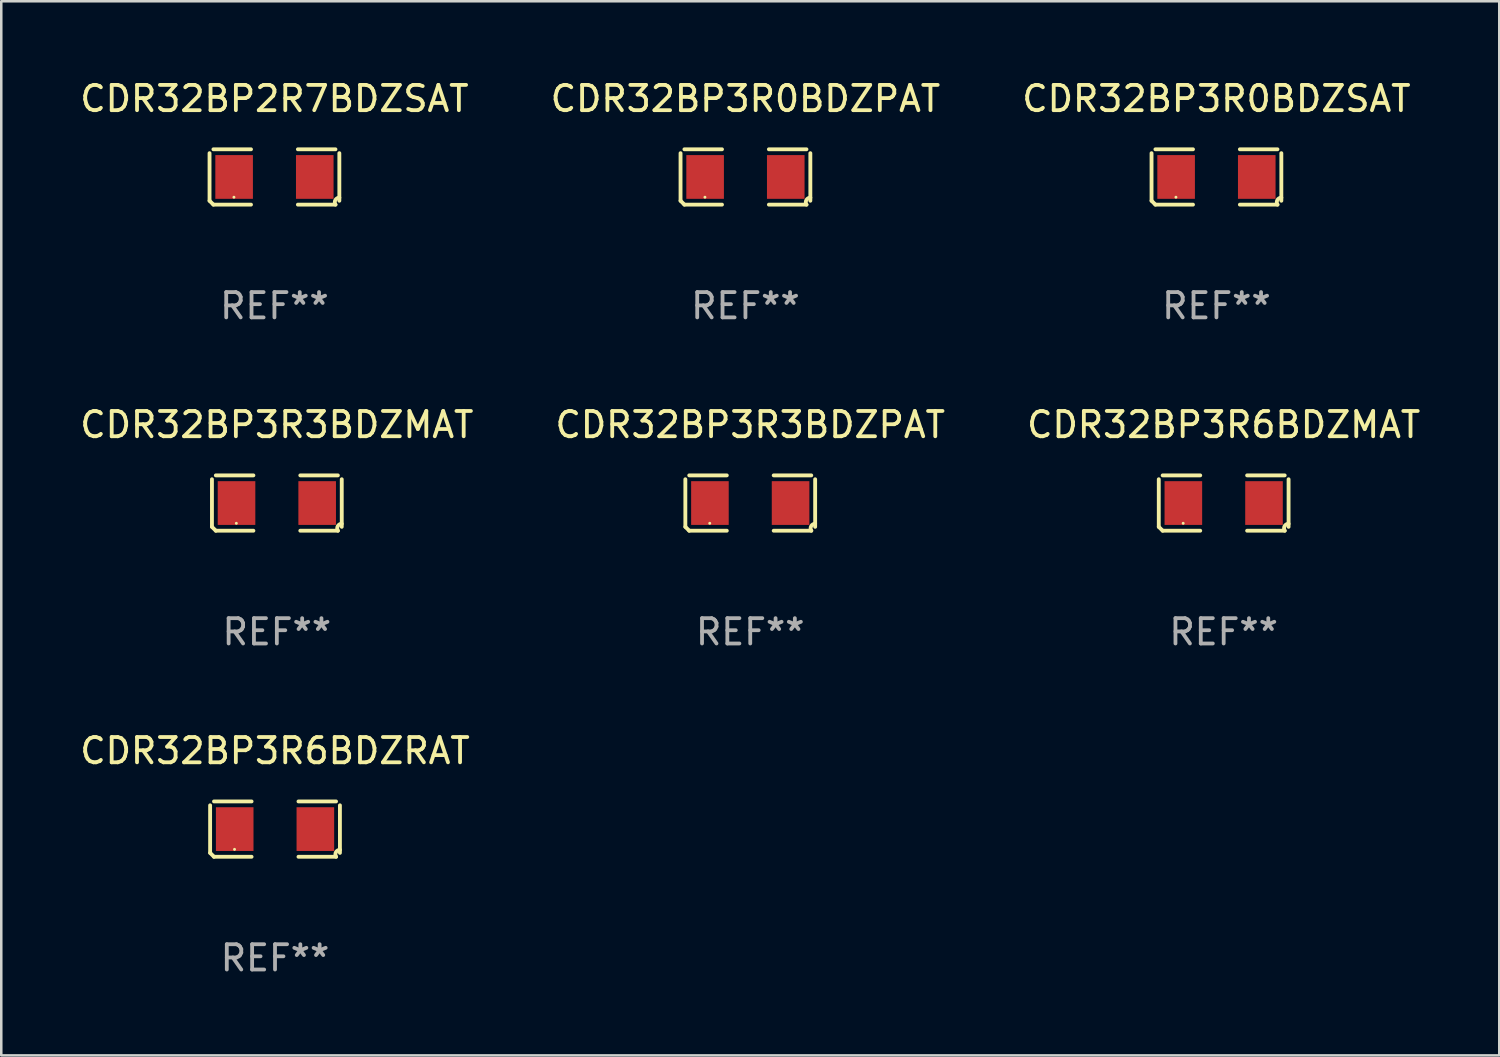
<source format=kicad_pcb>
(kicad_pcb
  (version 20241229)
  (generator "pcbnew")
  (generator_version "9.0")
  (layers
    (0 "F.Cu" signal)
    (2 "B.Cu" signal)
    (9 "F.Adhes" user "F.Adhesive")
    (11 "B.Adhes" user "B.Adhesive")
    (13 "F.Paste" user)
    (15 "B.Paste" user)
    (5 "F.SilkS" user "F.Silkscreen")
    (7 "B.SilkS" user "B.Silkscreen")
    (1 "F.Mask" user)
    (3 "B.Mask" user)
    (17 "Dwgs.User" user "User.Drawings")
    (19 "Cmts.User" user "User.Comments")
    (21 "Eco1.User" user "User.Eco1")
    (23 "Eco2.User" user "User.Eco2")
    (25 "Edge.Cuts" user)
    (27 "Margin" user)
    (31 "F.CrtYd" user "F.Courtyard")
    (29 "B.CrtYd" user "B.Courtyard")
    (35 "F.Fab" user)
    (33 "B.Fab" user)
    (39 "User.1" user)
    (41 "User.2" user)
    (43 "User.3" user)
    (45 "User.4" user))
  (footprint "CDR32BP3R6BDZMAT"
    (layer "F.Cu")
    (at 45.292 16.823)
    (property "Reference" "CDR32BP3R6BDZMAT" (at 0 -3.093 0) (layer "F.SilkS") (effects (font (size 1 1) (thickness 0.15))))
    (attr through_hole)
    (fp_line (start -2.564 0.94) (end -2.564 -0.94) (stroke (width 0.152) (type solid)) (layer "F.SilkS"))
    (fp_line (start -2.411 -1.093) (end -0.926 -1.093) (stroke (width 0.152) (type solid)) (layer "F.SilkS"))
    (fp_line (start -0.926 1.093) (end -2.411 1.093) (stroke (width 0.152) (type solid)) (layer "F.SilkS"))
    (fp_line (start 0.926 1.093) (end 2.411 1.093) (stroke (width 0.152) (type solid)) (layer "F.SilkS"))
    (fp_line (start 2.411 -1.093) (end 0.926 -1.093) (stroke (width 0.152) (type solid)) (layer "F.SilkS"))
    (fp_line (start 2.564 0.94) (end 2.564 -0.94) (stroke (width 0.152) (type solid)) (layer "F.SilkS"))
    (fp_arc (start -2.411201 1.092609) (mid -2.487413 1.01642) (end -2.563602 0.940208) (stroke (width 0.1524) (type solid)) (layer "F.SilkS"))
    (fp_arc (start 2.411201 1.092609) (mid 2.407159 0.911226) (end 2.563602 0.819347) (stroke (width 0.1524) (type solid)) (layer "F.SilkS"))
    (fp_circle (center -1.6 0.8) (end -1.57 0.8) (stroke (width 0.06) (type solid)) (fill no) (layer "F.SilkS"))
    (fp_text user "REF**" (at 0 5.093 0) (layer "F.Fab") (effects (font (size 1 1) (thickness 0.15))))
    (pad "1" smd rect (at -1.593 0) (size 1.485 1.728) (layers "F.Cu" "F.Mask" "F.Paste"))
    (pad "2" smd rect (at 1.593 0) (size 1.485 1.728) (layers "F.Cu" "F.Mask" "F.Paste")))
  (footprint "CDR32BP3R6BDZRAT"
    (layer "F.Cu")
    (at 7.815 29.704)
    (property "Reference" "CDR32BP3R6BDZRAT" (at 0 -3.093 0) (layer "F.SilkS") (effects (font (size 1 1) (thickness 0.15))))
    (attr through_hole)
    (fp_line (start -2.564 0.94) (end -2.564 -0.94) (stroke (width 0.152) (type solid)) (layer "F.SilkS"))
    (fp_line (start -2.411 -1.093) (end -0.926 -1.093) (stroke (width 0.152) (type solid)) (layer "F.SilkS"))
    (fp_line (start -0.926 1.093) (end -2.411 1.093) (stroke (width 0.152) (type solid)) (layer "F.SilkS"))
    (fp_line (start 0.926 1.093) (end 2.411 1.093) (stroke (width 0.152) (type solid)) (layer "F.SilkS"))
    (fp_line (start 2.411 -1.093) (end 0.926 -1.093) (stroke (width 0.152) (type solid)) (layer "F.SilkS"))
    (fp_line (start 2.564 0.94) (end 2.564 -0.94) (stroke (width 0.152) (type solid)) (layer "F.SilkS"))
    (fp_arc (start -2.411201 1.092609) (mid -2.487413 1.01642) (end -2.563602 0.940208) (stroke (width 0.1524) (type solid)) (layer "F.SilkS"))
    (fp_arc (start 2.411201 1.092609) (mid 2.407159 0.911226) (end 2.563602 0.819347) (stroke (width 0.1524) (type solid)) (layer "F.SilkS"))
    (fp_circle (center -1.6 0.8) (end -1.57 0.8) (stroke (width 0.06) (type solid)) (fill no) (layer "F.SilkS"))
    (fp_text user "REF**" (at 0 5.093 0) (layer "F.Fab") (effects (font (size 1 1) (thickness 0.15))))
    (pad "1" smd rect (at -1.593 0) (size 1.485 1.728) (layers "F.Cu" "F.Mask" "F.Paste"))
    (pad "2" smd rect (at 1.593 0) (size 1.485 1.728) (layers "F.Cu" "F.Mask" "F.Paste")))
  (footprint "CDR32BP3R3BDZPAT"
    (layer "F.Cu")
    (at 26.589 16.823)
    (property "Reference" "CDR32BP3R3BDZPAT" (at 0 -3.093 0) (layer "F.SilkS") (effects (font (size 1 1) (thickness 0.15))))
    (attr through_hole)
    (fp_line (start -2.564 0.94) (end -2.564 -0.94) (stroke (width 0.152) (type solid)) (layer "F.SilkS"))
    (fp_line (start -2.411 -1.093) (end -0.926 -1.093) (stroke (width 0.152) (type solid)) (layer "F.SilkS"))
    (fp_line (start -0.926 1.093) (end -2.411 1.093) (stroke (width 0.152) (type solid)) (layer "F.SilkS"))
    (fp_line (start 0.926 1.093) (end 2.411 1.093) (stroke (width 0.152) (type solid)) (layer "F.SilkS"))
    (fp_line (start 2.411 -1.093) (end 0.926 -1.093) (stroke (width 0.152) (type solid)) (layer "F.SilkS"))
    (fp_line (start 2.564 0.94) (end 2.564 -0.94) (stroke (width 0.152) (type solid)) (layer "F.SilkS"))
    (fp_arc (start -2.411201 1.092609) (mid -2.487413 1.01642) (end -2.563602 0.940208) (stroke (width 0.1524) (type solid)) (layer "F.SilkS"))
    (fp_arc (start 2.411201 1.092609) (mid 2.407159 0.911226) (end 2.563602 0.819347) (stroke (width 0.1524) (type solid)) (layer "F.SilkS"))
    (fp_circle (center -1.6 0.8) (end -1.57 0.8) (stroke (width 0.06) (type solid)) (fill no) (layer "F.SilkS"))
    (fp_text user "REF**" (at 0 5.093 0) (layer "F.Fab") (effects (font (size 1 1) (thickness 0.15))))
    (pad "1" smd rect (at -1.593 0) (size 1.485 1.728) (layers "F.Cu" "F.Mask" "F.Paste"))
    (pad "2" smd rect (at 1.593 0) (size 1.485 1.728) (layers "F.Cu" "F.Mask" "F.Paste")))
  (footprint "CDR32BP3R0BDZSAT"
    (layer "F.Cu")
    (at 45.006 3.941)
    (property "Reference" "CDR32BP3R0BDZSAT" (at 0 -3.093 0) (layer "F.SilkS") (effects (font (size 1 1) (thickness 0.15))))
    (attr through_hole)
    (fp_line (start -2.564 0.94) (end -2.564 -0.94) (stroke (width 0.152) (type solid)) (layer "F.SilkS"))
    (fp_line (start -2.411 -1.093) (end -0.926 -1.093) (stroke (width 0.152) (type solid)) (layer "F.SilkS"))
    (fp_line (start -0.926 1.093) (end -2.411 1.093) (stroke (width 0.152) (type solid)) (layer "F.SilkS"))
    (fp_line (start 0.926 1.093) (end 2.411 1.093) (stroke (width 0.152) (type solid)) (layer "F.SilkS"))
    (fp_line (start 2.411 -1.093) (end 0.926 -1.093) (stroke (width 0.152) (type solid)) (layer "F.SilkS"))
    (fp_line (start 2.564 0.94) (end 2.564 -0.94) (stroke (width 0.152) (type solid)) (layer "F.SilkS"))
    (fp_arc (start -2.411201 1.092609) (mid -2.487413 1.01642) (end -2.563602 0.940208) (stroke (width 0.1524) (type solid)) (layer "F.SilkS"))
    (fp_arc (start 2.411201 1.092609) (mid 2.407159 0.911226) (end 2.563602 0.819347) (stroke (width 0.1524) (type solid)) (layer "F.SilkS"))
    (fp_circle (center -1.6 0.8) (end -1.57 0.8) (stroke (width 0.06) (type solid)) (fill no) (layer "F.SilkS"))
    (fp_text user "REF**" (at 0 5.093 0) (layer "F.Fab") (effects (font (size 1 1) (thickness 0.15))))
    (pad "1" smd rect (at -1.593 0) (size 1.485 1.728) (layers "F.Cu" "F.Mask" "F.Paste"))
    (pad "2" smd rect (at 1.593 0) (size 1.485 1.728) (layers "F.Cu" "F.Mask" "F.Paste")))
  (footprint "CDR32BP3R3BDZMAT"
    (layer "F.Cu")
    (at 7.887 16.823)
    (property "Reference" "CDR32BP3R3BDZMAT" (at 0 -3.093 0) (layer "F.SilkS") (effects (font (size 1 1) (thickness 0.15))))
    (attr through_hole)
    (fp_line (start -2.564 0.94) (end -2.564 -0.94) (stroke (width 0.152) (type solid)) (layer "F.SilkS"))
    (fp_line (start -2.411 -1.093) (end -0.926 -1.093) (stroke (width 0.152) (type solid)) (layer "F.SilkS"))
    (fp_line (start -0.926 1.093) (end -2.411 1.093) (stroke (width 0.152) (type solid)) (layer "F.SilkS"))
    (fp_line (start 0.926 1.093) (end 2.411 1.093) (stroke (width 0.152) (type solid)) (layer "F.SilkS"))
    (fp_line (start 2.411 -1.093) (end 0.926 -1.093) (stroke (width 0.152) (type solid)) (layer "F.SilkS"))
    (fp_line (start 2.564 0.94) (end 2.564 -0.94) (stroke (width 0.152) (type solid)) (layer "F.SilkS"))
    (fp_arc (start -2.411201 1.092609) (mid -2.487413 1.01642) (end -2.563602 0.940208) (stroke (width 0.1524) (type solid)) (layer "F.SilkS"))
    (fp_arc (start 2.411201 1.092609) (mid 2.407159 0.911226) (end 2.563602 0.819347) (stroke (width 0.1524) (type solid)) (layer "F.SilkS"))
    (fp_circle (center -1.6 0.8) (end -1.57 0.8) (stroke (width 0.06) (type solid)) (fill no) (layer "F.SilkS"))
    (fp_text user "REF**" (at 0 5.093 0) (layer "F.Fab") (effects (font (size 1 1) (thickness 0.15))))
    (pad "1" smd rect (at -1.593 0) (size 1.485 1.728) (layers "F.Cu" "F.Mask" "F.Paste"))
    (pad "2" smd rect (at 1.593 0) (size 1.485 1.728) (layers "F.Cu" "F.Mask" "F.Paste")))
  (footprint "CDR32BP3R0BDZPAT"
    (layer "F.Cu")
    (at 26.399 3.941)
    (property "Reference" "CDR32BP3R0BDZPAT" (at 0 -3.093 0) (layer "F.SilkS") (effects (font (size 1 1) (thickness 0.15))))
    (attr through_hole)
    (fp_line (start -2.564 0.94) (end -2.564 -0.94) (stroke (width 0.152) (type solid)) (layer "F.SilkS"))
    (fp_line (start -2.411 -1.093) (end -0.926 -1.093) (stroke (width 0.152) (type solid)) (layer "F.SilkS"))
    (fp_line (start -0.926 1.093) (end -2.411 1.093) (stroke (width 0.152) (type solid)) (layer "F.SilkS"))
    (fp_line (start 0.926 1.093) (end 2.411 1.093) (stroke (width 0.152) (type solid)) (layer "F.SilkS"))
    (fp_line (start 2.411 -1.093) (end 0.926 -1.093) (stroke (width 0.152) (type solid)) (layer "F.SilkS"))
    (fp_line (start 2.564 0.94) (end 2.564 -0.94) (stroke (width 0.152) (type solid)) (layer "F.SilkS"))
    (fp_arc (start -2.411201 1.092609) (mid -2.487413 1.01642) (end -2.563602 0.940208) (stroke (width 0.1524) (type solid)) (layer "F.SilkS"))
    (fp_arc (start 2.411201 1.092609) (mid 2.407159 0.911226) (end 2.563602 0.819347) (stroke (width 0.1524) (type solid)) (layer "F.SilkS"))
    (fp_circle (center -1.6 0.8) (end -1.57 0.8) (stroke (width 0.06) (type solid)) (fill no) (layer "F.SilkS"))
    (fp_text user "REF**" (at 0 5.093 0) (layer "F.Fab") (effects (font (size 1 1) (thickness 0.15))))
    (pad "1" smd rect (at -1.593 0) (size 1.485 1.728) (layers "F.Cu" "F.Mask" "F.Paste"))
    (pad "2" smd rect (at 1.593 0) (size 1.485 1.728) (layers "F.Cu" "F.Mask" "F.Paste")))
  (footprint "CDR32BP2R7BDZSAT"
    (layer "F.Cu")
    (at 7.792 3.941)
    (property "Reference" "CDR32BP2R7BDZSAT" (at 0 -3.093 0) (layer "F.SilkS") (effects (font (size 1 1) (thickness 0.15))))
    (attr through_hole)
    (fp_line (start -2.564 0.94) (end -2.564 -0.94) (stroke (width 0.152) (type solid)) (layer "F.SilkS"))
    (fp_line (start -2.411 -1.093) (end -0.926 -1.093) (stroke (width 0.152) (type solid)) (layer "F.SilkS"))
    (fp_line (start -0.926 1.093) (end -2.411 1.093) (stroke (width 0.152) (type solid)) (layer "F.SilkS"))
    (fp_line (start 0.926 1.093) (end 2.411 1.093) (stroke (width 0.152) (type solid)) (layer "F.SilkS"))
    (fp_line (start 2.411 -1.093) (end 0.926 -1.093) (stroke (width 0.152) (type solid)) (layer "F.SilkS"))
    (fp_line (start 2.564 0.94) (end 2.564 -0.94) (stroke (width 0.152) (type solid)) (layer "F.SilkS"))
    (fp_arc (start -2.411201 1.092609) (mid -2.487413 1.01642) (end -2.563602 0.940208) (stroke (width 0.1524) (type solid)) (layer "F.SilkS"))
    (fp_arc (start 2.411201 1.092609) (mid 2.407159 0.911226) (end 2.563602 0.819347) (stroke (width 0.1524) (type solid)) (layer "F.SilkS"))
    (fp_circle (center -1.6 0.8) (end -1.57 0.8) (stroke (width 0.06) (type solid)) (fill no) (layer "F.SilkS"))
    (fp_text user "REF**" (at 0 5.093 0) (layer "F.Fab") (effects (font (size 1 1) (thickness 0.15))))
    (pad "1" smd rect (at -1.593 0) (size 1.485 1.728) (layers "F.Cu" "F.Mask" "F.Paste"))
    (pad "2" smd rect (at 1.593 0) (size 1.485 1.728) (layers "F.Cu" "F.Mask" "F.Paste")))
  (gr_rect
    (start -3 -3)
    (end 56.179 38.645)
    (stroke (width 0.1) (type default))
    (fill no)
    (layer "Edge.Cuts")))
</source>
